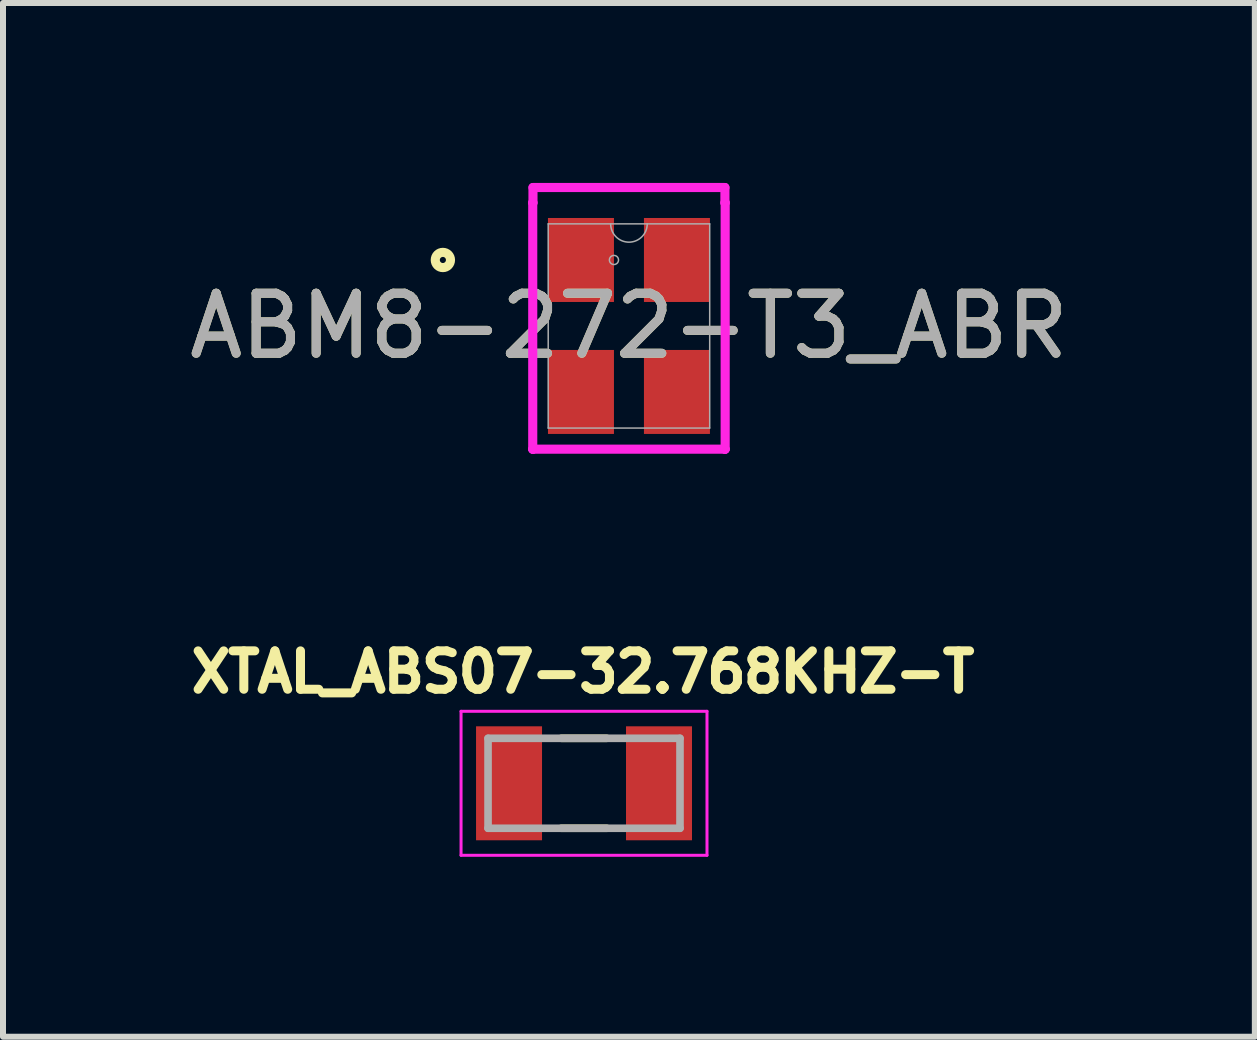
<source format=kicad_pcb>
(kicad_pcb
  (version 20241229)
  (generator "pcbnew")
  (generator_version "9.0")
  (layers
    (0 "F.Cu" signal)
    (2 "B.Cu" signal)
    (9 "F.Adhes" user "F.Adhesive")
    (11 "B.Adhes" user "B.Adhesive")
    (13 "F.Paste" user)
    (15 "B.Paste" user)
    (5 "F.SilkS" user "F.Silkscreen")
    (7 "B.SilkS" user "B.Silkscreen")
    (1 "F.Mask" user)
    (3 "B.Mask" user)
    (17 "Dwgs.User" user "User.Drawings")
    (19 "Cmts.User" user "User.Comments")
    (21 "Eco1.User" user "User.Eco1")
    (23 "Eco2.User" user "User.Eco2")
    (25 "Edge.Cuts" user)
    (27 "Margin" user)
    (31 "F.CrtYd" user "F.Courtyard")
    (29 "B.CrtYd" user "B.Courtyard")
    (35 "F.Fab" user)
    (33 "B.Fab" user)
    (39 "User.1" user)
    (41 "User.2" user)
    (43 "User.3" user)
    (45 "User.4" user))
  (footprint "XTAL_ABS07-32.768KHZ-T"
    (layer "F.Cu")
    (at 6.686 10.008)
    (property "Reference" "XTAL_ABS07-32.768KHZ-T" (at -0.018 -1.856 0) (layer "F.SilkS") (effects (font (size 0.64 0.64) (thickness 0.15))))
    (attr smd)
    (fp_line (start -0.38 -0.75) (end 0.38 -0.75) (stroke (width 0.127) (type solid)) (layer "F.SilkS"))
    (fp_line (start -0.38 0.75) (end 0.38 0.75) (stroke (width 0.127) (type solid)) (layer "F.SilkS"))
    (fp_line (start -2.05 -1.2) (end -2.05 1.2) (stroke (width 0.05) (type solid)) (layer "F.CrtYd"))
    (fp_line (start -2.05 1.2) (end 2.05 1.2) (stroke (width 0.05) (type solid)) (layer "F.CrtYd"))
    (fp_line (start 2.05 -1.2) (end -2.05 -1.2) (stroke (width 0.05) (type solid)) (layer "F.CrtYd"))
    (fp_line (start 2.05 1.2) (end 2.05 -1.2) (stroke (width 0.05) (type solid)) (layer "F.CrtYd"))
    (fp_line (start -1.6 -0.75) (end -1.6 0.75) (stroke (width 0.127) (type solid)) (layer "F.Fab"))
    (fp_line (start -1.6 -0.75) (end 1.6 -0.75) (stroke (width 0.127) (type solid)) (layer "F.Fab"))
    (fp_line (start -1.6 0.75) (end 1.6 0.75) (stroke (width 0.127) (type solid)) (layer "F.Fab"))
    (fp_line (start 1.6 -0.75) (end 1.6 0.75) (stroke (width 0.127) (type solid)) (layer "F.Fab"))
    (pad "1" smd rect (at -1.25 0) (size 1.1 1.9) (layers "F.Cu" "F.Mask" "F.Paste"))
    (pad "2" smd rect (at 1.25 0) (size 1.1 1.9) (layers "F.Cu" "F.Mask" "F.Paste")))
  (footprint "ABM8-272-T3_ABR"
    (layer "F.Cu")
    (at 7.435 2.384)
    (property "Reference" "ABM8-272-T3_ABR" (at 0 0 0) (unlocked yes) (layer "F.SilkS") (effects (font (size 1 1) (thickness 0.15))))
    (attr smd)
    (fp_circle (center -3.102 -1.1) (end -2.975 -1.1) (stroke (width 0.152) (type solid)) (fill no) (layer "F.SilkS"))
    (fp_line (start -1.604 -2.054) (end -1.6 -2.054) (stroke (width 0.152) (type solid)) (layer "F.CrtYd"))
    (fp_line (start -1.604 2.054) (end -1.604 -2.054) (stroke (width 0.152) (type solid)) (layer "F.CrtYd"))
    (fp_line (start -1.604 2.054) (end -1.6 2.054) (stroke (width 0.152) (type solid)) (layer "F.CrtYd"))
    (fp_line (start -1.6 -2.308) (end 1.6 -2.308) (stroke (width 0.152) (type solid)) (layer "F.CrtYd"))
    (fp_line (start -1.6 -2.054) (end -1.6 -2.308) (stroke (width 0.152) (type solid)) (layer "F.CrtYd"))
    (fp_line (start -1.6 2.054) (end -1.6 2.054) (stroke (width 0.152) (type solid)) (layer "F.CrtYd"))
    (fp_line (start 1.6 -2.308) (end 1.6 -2.054) (stroke (width 0.152) (type solid)) (layer "F.CrtYd"))
    (fp_line (start 1.6 2.054) (end -1.6 2.054) (stroke (width 0.152) (type solid)) (layer "F.CrtYd"))
    (fp_line (start 1.6 2.054) (end 1.6 2.054) (stroke (width 0.152) (type solid)) (layer "F.CrtYd"))
    (fp_line (start 1.604 -2.054) (end 1.6 -2.054) (stroke (width 0.152) (type solid)) (layer "F.CrtYd"))
    (fp_line (start 1.604 -2.054) (end 1.604 2.054) (stroke (width 0.152) (type solid)) (layer "F.CrtYd"))
    (fp_line (start 1.604 2.054) (end 1.6 2.054) (stroke (width 0.152) (type solid)) (layer "F.CrtYd"))
    (fp_line (start -1.346 -1.702) (end -1.346 1.702) (stroke (width 0.025) (type solid)) (layer "F.Fab"))
    (fp_line (start -1.346 1.702) (end 1.346 1.702) (stroke (width 0.025) (type solid)) (layer "F.Fab"))
    (fp_line (start 1.346 -1.702) (end -1.346 -1.702) (stroke (width 0.025) (type solid)) (layer "F.Fab"))
    (fp_line (start 1.346 1.702) (end 1.346 -1.702) (stroke (width 0.025) (type solid)) (layer "F.Fab"))
    (fp_arc (start 0.3048 -1.7018) (mid 0 -1.397) (end -0.3048 -1.7018) (stroke (width 0.0254) (type solid)) (layer "F.Fab"))
    (fp_circle (center -0.25 -1.1) (end -0.174 -1.1) (stroke (width 0.025) (type solid)) (fill no) (layer "F.Fab"))
    (fp_text user "${REFERENCE}" (at 0 0 0) (unlocked yes) (layer "F.Fab") (effects (font (size 1 1) (thickness 0.15))))
    (pad "1" smd rect (at -0.8 -1.1) (size 1.1 1.4) (layers "F.Cu" "F.Mask" "F.Paste"))
    (pad "2" smd rect (at -0.8 1.1) (size 1.1 1.4) (layers "F.Cu" "F.Mask" "F.Paste"))
    (pad "3" smd rect (at 0.8 1.1) (size 1.1 1.4) (layers "F.Cu" "F.Mask" "F.Paste"))
    (pad "4" smd rect (at 0.8 -1.1) (size 1.1 1.4) (layers "F.Cu" "F.Mask" "F.Paste")))
  (gr_rect
    (start -3 -3)
    (end 17.869 14.233)
    (stroke (width 0.1) (type default))
    (fill no)
    (layer "Edge.Cuts")))
</source>
